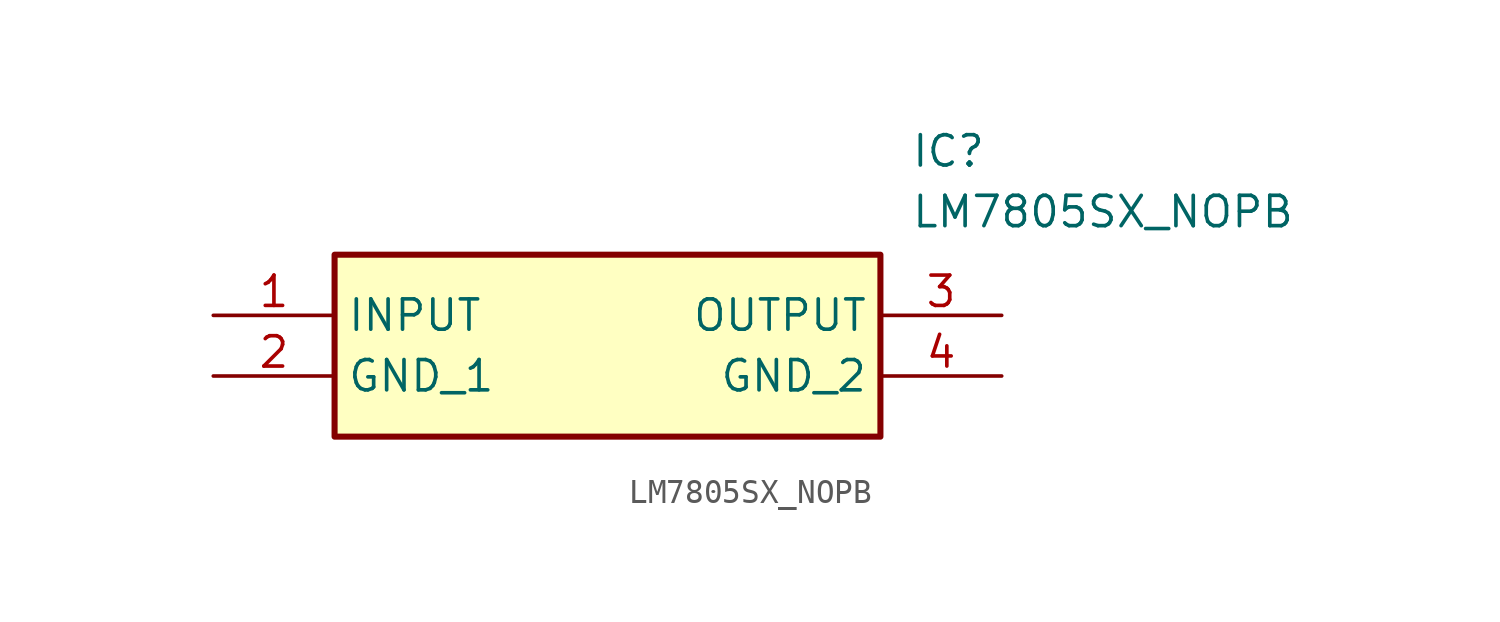
<source format=kicad_sym>
(kicad_symbol_lib
  (version 20211014)
  (generator SamacSys_ECAD_Model)
  (symbol "LM7805SX_NOPB"
    (property "Reference" "IC"
      (at 29.21 7.62 0)
      (effects (font (size 1.27 1.27)) (justify left top)))
    (property "Value" "LM7805SX_NOPB"
      (at 29.21 5.08 0)
      (effects (font (size 1.27 1.27)) (justify left top)))
    (rectangle
      (start 5.08 2.54)
      (end 27.94 -5.08)
      (stroke (width 0.254) (type default))
      (fill (type background)))
    (pin passive line
      (at 0 0 0)
      (length 5.08)
      (name "INPUT" (effects (font (size 1.27 1.27))))
      (number "1" (effects (font (size 1.27 1.27)))))
    (pin passive line
      (at 0 -2.54 0)
      (length 5.08)
      (name "GND_1" (effects (font (size 1.27 1.27))))
      (number "2" (effects (font (size 1.27 1.27)))))
    (pin passive line
      (at 33.02 0 180)
      (length 5.08)
      (name "OUTPUT" (effects (font (size 1.27 1.27))))
      (number "3" (effects (font (size 1.27 1.27)))))
    (pin passive line
      (at 33.02 -2.54 180)
      (length 5.08)
      (name "GND_2" (effects (font (size 1.27 1.27))))
      (number "4" (effects (font (size 1.27 1.27)))))))
</source>
